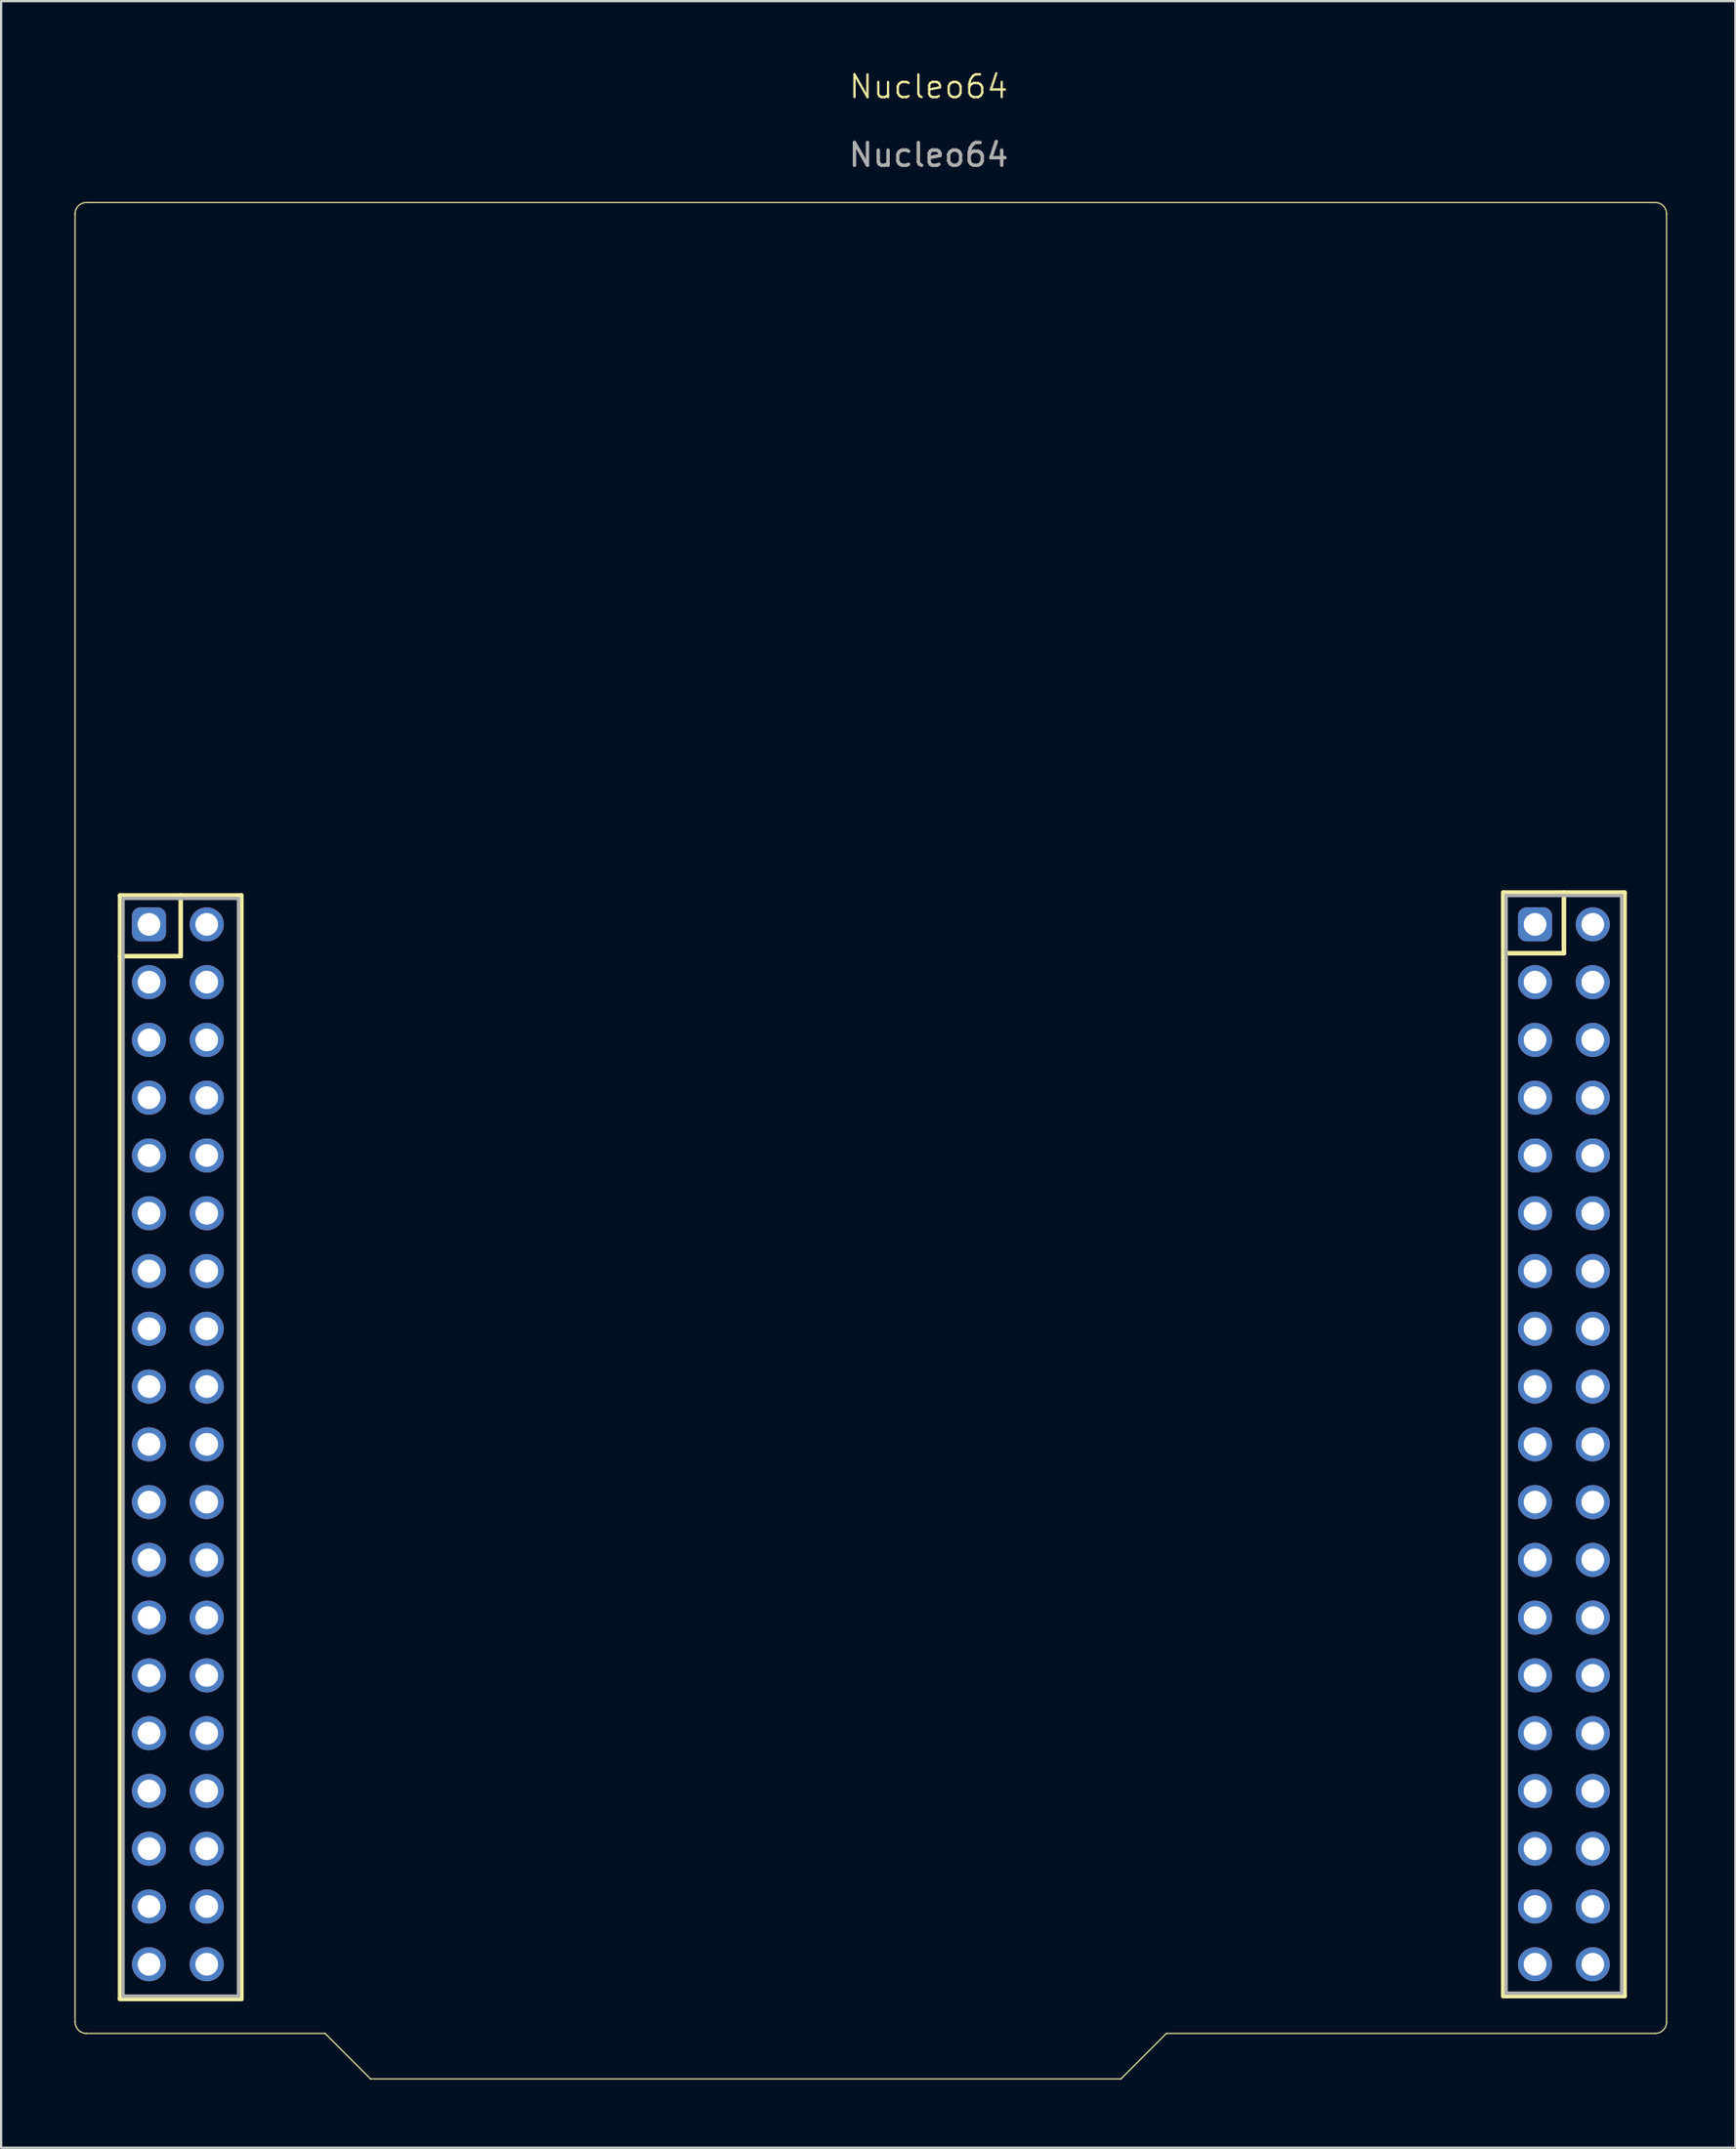
<source format=kicad_pcb>
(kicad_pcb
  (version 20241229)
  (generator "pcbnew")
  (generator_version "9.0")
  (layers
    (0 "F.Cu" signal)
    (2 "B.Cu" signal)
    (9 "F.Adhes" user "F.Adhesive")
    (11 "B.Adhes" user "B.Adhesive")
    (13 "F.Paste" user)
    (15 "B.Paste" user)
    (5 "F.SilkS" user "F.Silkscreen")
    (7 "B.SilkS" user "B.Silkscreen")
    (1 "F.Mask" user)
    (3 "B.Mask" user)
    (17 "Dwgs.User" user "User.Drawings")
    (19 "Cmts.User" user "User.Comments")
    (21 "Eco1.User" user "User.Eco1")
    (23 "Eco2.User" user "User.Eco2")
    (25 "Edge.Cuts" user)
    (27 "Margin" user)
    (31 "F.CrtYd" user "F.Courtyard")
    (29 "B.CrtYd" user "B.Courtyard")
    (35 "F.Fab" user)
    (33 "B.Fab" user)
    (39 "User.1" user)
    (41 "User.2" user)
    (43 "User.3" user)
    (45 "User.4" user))
  (footprint "Nucleo64"
    (layer "F.Cu")
    (at 0.25 6.351)
    (property "Reference" "Nucleo64" (at 37.543 -5.59 0) (unlocked yes) (layer "F.SilkS") (effects (font (size 1 1) (thickness 0.1))))
    (attr through_hole)
    (fp_line (start 0 0) (end 0 79.5) (stroke (width 0.05) (type solid)) (layer "F.SilkS"))
    (fp_line (start 0.5 80) (end 11 80) (stroke (width 0.05) (type solid)) (layer "F.SilkS"))
    (fp_line (start 1.983 29.97) (end 1.983 78.484) (stroke (width 0.2) (type solid)) (layer "F.SilkS"))
    (fp_line (start 4.65 32.637) (end 1.983 32.637) (stroke (width 0.2) (type solid)) (layer "F.SilkS"))
    (fp_line (start 4.65 32.637) (end 4.65 29.97) (stroke (width 0.2) (type solid)) (layer "F.SilkS"))
    (fp_line (start 7.317 29.97) (end 1.983 29.97) (stroke (width 0.2) (type solid)) (layer "F.SilkS"))
    (fp_line (start 7.317 29.97) (end 7.317 78.484) (stroke (width 0.2) (type solid)) (layer "F.SilkS"))
    (fp_line (start 7.317 78.484) (end 1.983 78.484) (stroke (width 0.2) (type solid)) (layer "F.SilkS"))
    (fp_line (start 11 80) (end 13 82) (stroke (width 0.05) (type solid)) (layer "F.SilkS"))
    (fp_line (start 13 82) (end 46 82) (stroke (width 0.05) (type solid)) (layer "F.SilkS"))
    (fp_line (start 46 82) (end 48 80) (stroke (width 0.05) (type solid)) (layer "F.SilkS"))
    (fp_line (start 48 80) (end 69.5 80) (stroke (width 0.05) (type solid)) (layer "F.SilkS"))
    (fp_line (start 62.816 29.843) (end 62.816 78.357) (stroke (width 0.2) (type solid)) (layer "F.SilkS"))
    (fp_line (start 65.483 32.51) (end 62.816 32.51) (stroke (width 0.2) (type solid)) (layer "F.SilkS"))
    (fp_line (start 65.483 32.51) (end 65.483 29.843) (stroke (width 0.2) (type solid)) (layer "F.SilkS"))
    (fp_line (start 68.15 29.843) (end 62.816 29.843) (stroke (width 0.2) (type solid)) (layer "F.SilkS"))
    (fp_line (start 68.15 29.843) (end 68.15 78.357) (stroke (width 0.2) (type solid)) (layer "F.SilkS"))
    (fp_line (start 68.15 78.357) (end 62.816 78.357) (stroke (width 0.2) (type solid)) (layer "F.SilkS"))
    (fp_line (start 69.5 -0.5) (end 0.5 -0.5) (stroke (width 0.05) (type solid)) (layer "F.SilkS"))
    (fp_line (start 70 79.5) (end 70 0) (stroke (width 0.05) (type solid)) (layer "F.SilkS"))
    (fp_arc (start 0 0) (mid 0.146447 -0.353553) (end 0.500001 -0.499999) (stroke (width 0.05) (type solid)) (layer "F.SilkS"))
    (fp_arc (start 0.5 80) (mid 0.146447 79.853553) (end 0 79.5) (stroke (width 0.05) (type solid)) (layer "F.SilkS"))
    (fp_arc (start 69.500001 -0.5) (mid 69.853554 -0.353553) (end 70 0.000001) (stroke (width 0.05) (type solid)) (layer "F.SilkS"))
    (fp_arc (start 70.000001 79.500001) (mid 69.853554 79.853554) (end 69.5 80) (stroke (width 0.05) (type solid)) (layer "F.SilkS"))
    (fp_line (start 2.11 30.097) (end 2.11 78.357) (stroke (width 0.15) (type solid)) (layer "F.Fab"))
    (fp_line (start 7.19 30.097) (end 2.11 30.097) (stroke (width 0.15) (type solid)) (layer "F.Fab"))
    (fp_line (start 7.19 78.357) (end 2.11 78.357) (stroke (width 0.15) (type solid)) (layer "F.Fab"))
    (fp_line (start 7.19 78.357) (end 7.19 30.097) (stroke (width 0.15) (type solid)) (layer "F.Fab"))
    (fp_line (start 62.943 29.97) (end 62.943 78.23) (stroke (width 0.15) (type solid)) (layer "F.Fab"))
    (fp_line (start 68.023 29.97) (end 62.943 29.97) (stroke (width 0.15) (type solid)) (layer "F.Fab"))
    (fp_line (start 68.023 78.23) (end 62.943 78.23) (stroke (width 0.15) (type solid)) (layer "F.Fab"))
    (fp_line (start 68.023 78.23) (end 68.023 29.97) (stroke (width 0.15) (type solid)) (layer "F.Fab"))
    (fp_text user "${REFERENCE}" (at 37.543 -2.59 0) (unlocked yes) (layer "F.Fab") (effects (font (size 1 1) (thickness 0.15))))
    (pad "1" thru_hole roundrect (at 3.253 31.24 270) (size 1.5 1.5) (drill 1) (layers "*.Cu" "*.Mask") (roundrect_rratio 0.25))
    (pad "2" thru_hole circle (at 5.793 31.24 270) (size 1.5 1.5) (drill 1) (layers "*.Cu" "*.Mask"))
    (pad "3" thru_hole circle (at 3.253 33.78 270) (size 1.5 1.5) (drill 1) (layers "*.Cu" "*.Mask"))
    (pad "4" thru_hole circle (at 5.793 33.78 270) (size 1.5 1.5) (drill 1) (layers "*.Cu" "*.Mask"))
    (pad "5" thru_hole circle (at 3.253 36.32 270) (size 1.5 1.5) (drill 1) (layers "*.Cu" "*.Mask"))
    (pad "6" thru_hole circle (at 5.793 36.32 270) (size 1.5 1.5) (drill 1) (layers "*.Cu" "*.Mask"))
    (pad "7" thru_hole circle (at 3.253 38.86 270) (size 1.5 1.5) (drill 1) (layers "*.Cu" "*.Mask"))
    (pad "8" thru_hole circle (at 5.793 38.86 270) (size 1.5 1.5) (drill 1) (layers "*.Cu" "*.Mask"))
    (pad "9" thru_hole circle (at 3.253 41.4 270) (size 1.5 1.5) (drill 1) (layers "*.Cu" "*.Mask"))
    (pad "10" thru_hole circle (at 5.793 41.4 270) (size 1.5 1.5) (drill 1) (layers "*.Cu" "*.Mask"))
    (pad "11" thru_hole circle (at 3.253 43.94 270) (size 1.5 1.5) (drill 1) (layers "*.Cu" "*.Mask"))
    (pad "12" thru_hole circle (at 5.793 43.94 270) (size 1.5 1.5) (drill 1) (layers "*.Cu" "*.Mask"))
    (pad "13" thru_hole circle (at 3.253 46.48 270) (size 1.5 1.5) (drill 1) (layers "*.Cu" "*.Mask"))
    (pad "14" thru_hole circle (at 5.793 46.48 270) (size 1.5 1.5) (drill 1) (layers "*.Cu" "*.Mask"))
    (pad "15" thru_hole circle (at 3.253 49.02 270) (size 1.5 1.5) (drill 1) (layers "*.Cu" "*.Mask"))
    (pad "16" thru_hole circle (at 5.793 49.02 270) (size 1.5 1.5) (drill 1) (layers "*.Cu" "*.Mask"))
    (pad "17" thru_hole circle (at 3.253 51.56 270) (size 1.5 1.5) (drill 1) (layers "*.Cu" "*.Mask"))
    (pad "18" thru_hole circle (at 5.793 51.56 270) (size 1.5 1.5) (drill 1) (layers "*.Cu" "*.Mask"))
    (pad "19" thru_hole circle (at 3.253 54.1 270) (size 1.5 1.5) (drill 1) (layers "*.Cu" "*.Mask"))
    (pad "20" thru_hole circle (at 5.793 54.1 270) (size 1.5 1.5) (drill 1) (layers "*.Cu" "*.Mask"))
    (pad "21" thru_hole circle (at 3.253 56.64 270) (size 1.5 1.5) (drill 1) (layers "*.Cu" "*.Mask"))
    (pad "22" thru_hole circle (at 5.793 56.64 270) (size 1.5 1.5) (drill 1) (layers "*.Cu" "*.Mask"))
    (pad "23" thru_hole circle (at 3.253 59.18 270) (size 1.5 1.5) (drill 1) (layers "*.Cu" "*.Mask"))
    (pad "24" thru_hole circle (at 5.793 59.18 270) (size 1.5 1.5) (drill 1) (layers "*.Cu" "*.Mask"))
    (pad "25" thru_hole circle (at 3.253 61.72 270) (size 1.5 1.5) (drill 1) (layers "*.Cu" "*.Mask"))
    (pad "26" thru_hole circle (at 5.793 61.72 270) (size 1.5 1.5) (drill 1) (layers "*.Cu" "*.Mask"))
    (pad "27" thru_hole circle (at 3.253 64.26 270) (size 1.5 1.5) (drill 1) (layers "*.Cu" "*.Mask"))
    (pad "28" thru_hole circle (at 5.793 64.26 270) (size 1.5 1.5) (drill 1) (layers "*.Cu" "*.Mask"))
    (pad "29" thru_hole circle (at 3.253 66.8 270) (size 1.5 1.5) (drill 1) (layers "*.Cu" "*.Mask"))
    (pad "30" thru_hole circle (at 5.793 66.8 270) (size 1.5 1.5) (drill 1) (layers "*.Cu" "*.Mask"))
    (pad "31" thru_hole circle (at 3.253 69.34 270) (size 1.5 1.5) (drill 1) (layers "*.Cu" "*.Mask"))
    (pad "32" thru_hole circle (at 5.793 69.34 270) (size 1.5 1.5) (drill 1) (layers "*.Cu" "*.Mask"))
    (pad "33" thru_hole circle (at 3.253 71.88 270) (size 1.5 1.5) (drill 1) (layers "*.Cu" "*.Mask"))
    (pad "34" thru_hole circle (at 5.793 71.88 270) (size 1.5 1.5) (drill 1) (layers "*.Cu" "*.Mask"))
    (pad "35" thru_hole circle (at 3.253 74.42 270) (size 1.5 1.5) (drill 1) (layers "*.Cu" "*.Mask"))
    (pad "36" thru_hole circle (at 5.793 74.42 270) (size 1.5 1.5) (drill 1) (layers "*.Cu" "*.Mask"))
    (pad "37" thru_hole circle (at 3.253 76.96 270) (size 1.5 1.5) (drill 1) (layers "*.Cu" "*.Mask"))
    (pad "38" thru_hole circle (at 5.793 76.96 270) (size 1.5 1.5) (drill 1) (layers "*.Cu" "*.Mask"))
    (pad "39" thru_hole roundrect (at 64.213 31.24 270) (size 1.5 1.5) (drill 1) (layers "*.Cu" "*.Mask") (roundrect_rratio 0.25))
    (pad "40" thru_hole circle (at 66.753 31.24 270) (size 1.5 1.5) (drill 1) (layers "*.Cu" "*.Mask"))
    (pad "41" thru_hole circle (at 64.213 33.78 270) (size 1.5 1.5) (drill 1) (layers "*.Cu" "*.Mask"))
    (pad "42" thru_hole circle (at 66.753 33.78 270) (size 1.5 1.5) (drill 1) (layers "*.Cu" "*.Mask"))
    (pad "43" thru_hole circle (at 64.213 36.32 270) (size 1.5 1.5) (drill 1) (layers "*.Cu" "*.Mask"))
    (pad "44" thru_hole circle (at 66.753 36.32 270) (size 1.5 1.5) (drill 1) (layers "*.Cu" "*.Mask"))
    (pad "45" thru_hole circle (at 64.213 38.86 270) (size 1.5 1.5) (drill 1) (layers "*.Cu" "*.Mask"))
    (pad "46" thru_hole circle (at 66.753 38.86 270) (size 1.5 1.5) (drill 1) (layers "*.Cu" "*.Mask"))
    (pad "47" thru_hole circle (at 64.213 41.4 270) (size 1.5 1.5) (drill 1) (layers "*.Cu" "*.Mask"))
    (pad "48" thru_hole circle (at 66.753 41.4 270) (size 1.5 1.5) (drill 1) (layers "*.Cu" "*.Mask"))
    (pad "49" thru_hole circle (at 64.213 43.94 270) (size 1.5 1.5) (drill 1) (layers "*.Cu" "*.Mask"))
    (pad "50" thru_hole circle (at 66.753 43.94 270) (size 1.5 1.5) (drill 1) (layers "*.Cu" "*.Mask"))
    (pad "51" thru_hole circle (at 64.213 46.48 270) (size 1.5 1.5) (drill 1) (layers "*.Cu" "*.Mask"))
    (pad "52" thru_hole circle (at 66.753 46.48 270) (size 1.5 1.5) (drill 1) (layers "*.Cu" "*.Mask"))
    (pad "53" thru_hole circle (at 64.213 49.02 270) (size 1.5 1.5) (drill 1) (layers "*.Cu" "*.Mask"))
    (pad "54" thru_hole circle (at 66.753 49.02 270) (size 1.5 1.5) (drill 1) (layers "*.Cu" "*.Mask"))
    (pad "55" thru_hole circle (at 64.213 51.56 270) (size 1.5 1.5) (drill 1) (layers "*.Cu" "*.Mask"))
    (pad "56" thru_hole circle (at 66.753 51.56 270) (size 1.5 1.5) (drill 1) (layers "*.Cu" "*.Mask"))
    (pad "57" thru_hole circle (at 64.213 54.1 270) (size 1.5 1.5) (drill 1) (layers "*.Cu" "*.Mask"))
    (pad "58" thru_hole circle (at 66.753 54.1 270) (size 1.5 1.5) (drill 1) (layers "*.Cu" "*.Mask"))
    (pad "59" thru_hole circle (at 64.213 56.64 270) (size 1.5 1.5) (drill 1) (layers "*.Cu" "*.Mask"))
    (pad "60" thru_hole circle (at 66.753 56.64 270) (size 1.5 1.5) (drill 1) (layers "*.Cu" "*.Mask"))
    (pad "61" thru_hole circle (at 64.213 59.18 270) (size 1.5 1.5) (drill 1) (layers "*.Cu" "*.Mask"))
    (pad "62" thru_hole circle (at 66.753 59.18 270) (size 1.5 1.5) (drill 1) (layers "*.Cu" "*.Mask"))
    (pad "63" thru_hole circle (at 64.213 61.72 270) (size 1.5 1.5) (drill 1) (layers "*.Cu" "*.Mask"))
    (pad "64" thru_hole circle (at 66.753 61.72 270) (size 1.5 1.5) (drill 1) (layers "*.Cu" "*.Mask"))
    (pad "65" thru_hole circle (at 64.213 64.26 270) (size 1.5 1.5) (drill 1) (layers "*.Cu" "*.Mask"))
    (pad "66" thru_hole circle (at 66.753 64.26 270) (size 1.5 1.5) (drill 1) (layers "*.Cu" "*.Mask"))
    (pad "67" thru_hole circle (at 64.213 66.8 270) (size 1.5 1.5) (drill 1) (layers "*.Cu" "*.Mask"))
    (pad "68" thru_hole circle (at 66.753 66.8 270) (size 1.5 1.5) (drill 1) (layers "*.Cu" "*.Mask"))
    (pad "69" thru_hole circle (at 64.213 69.34 270) (size 1.5 1.5) (drill 1) (layers "*.Cu" "*.Mask"))
    (pad "70" thru_hole circle (at 66.753 69.34 270) (size 1.5 1.5) (drill 1) (layers "*.Cu" "*.Mask"))
    (pad "71" thru_hole circle (at 64.213 71.88 270) (size 1.5 1.5) (drill 1) (layers "*.Cu" "*.Mask"))
    (pad "72" thru_hole circle (at 66.753 71.88 270) (size 1.5 1.5) (drill 1) (layers "*.Cu" "*.Mask"))
    (pad "73" thru_hole circle (at 64.213 74.42 270) (size 1.5 1.5) (drill 1) (layers "*.Cu" "*.Mask"))
    (pad "74" thru_hole circle (at 66.753 74.42 270) (size 1.5 1.5) (drill 1) (layers "*.Cu" "*.Mask"))
    (pad "75" thru_hole circle (at 64.213 76.96 270) (size 1.5 1.5) (drill 1) (layers "*.Cu" "*.Mask"))
    (pad "76" thru_hole circle (at 66.753 76.96 270) (size 1.5 1.5) (drill 1) (layers "*.Cu" "*.Mask")))
  (gr_rect
    (start -3 -3)
    (end 73.275 91.376)
    (stroke (width 0.1) (type default))
    (fill no)
    (layer "Edge.Cuts")))
</source>
